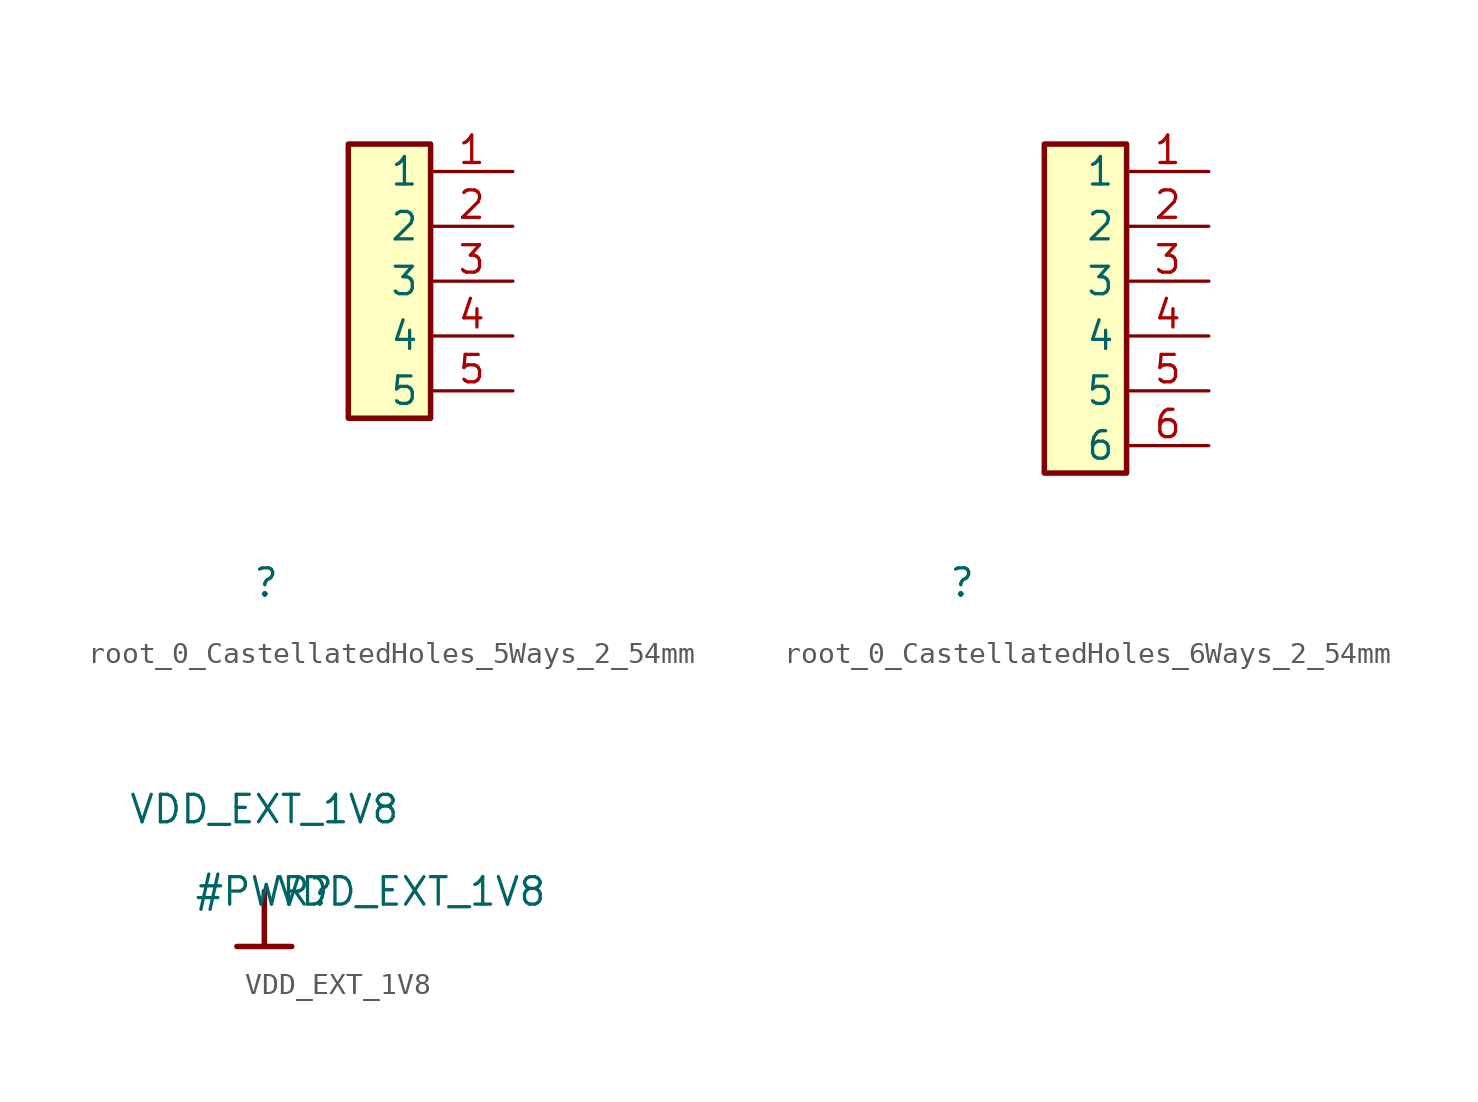
<source format=kicad_sym>
(kicad_symbol_lib
  (version 20230620)
  (generator kicad_symbol_editor)
  (symbol "root_0_CastellatedHoles_5Ways_2_54mm"
    (property "Reference" ""
      (at 0 0 0)
      (effects (font (size 1.27 1.27))))
    (property "Value" ""
      (at 0 0 0)
      (effects (font (size 1.27 1.27))))
    (symbol "root_0_CastellatedHoles_5Ways_2_54mm_1_0"
      (rectangle (start 7.62 20.32) (end 3.81 7.62) (stroke (width 0.254) (type solid) (color 128 0 0 1)) (fill (type background)))
      (pin passive line (at 11.43 19.05 180) (length 3.81) (name "1" (effects (font (size 1.27 1.27)))) (number "1" (effects (font (size 1.27 1.27)))))
      (pin passive line (at 11.43 16.51 180) (length 3.81) (name "2" (effects (font (size 1.27 1.27)))) (number "2" (effects (font (size 1.27 1.27)))))
      (pin passive line (at 11.43 13.97 180) (length 3.81) (name "3" (effects (font (size 1.27 1.27)))) (number "3" (effects (font (size 1.27 1.27)))))
      (pin passive line (at 11.43 11.43 180) (length 3.81) (name "4" (effects (font (size 1.27 1.27)))) (number "4" (effects (font (size 1.27 1.27)))))
      (pin passive line (at 11.43 8.89 180) (length 3.81) (name "5" (effects (font (size 1.27 1.27)))) (number "5" (effects (font (size 1.27 1.27)))))))
  (symbol "root_0_CastellatedHoles_6Ways_2_54mm"
    (property "Reference" ""
      (at 0 0 0)
      (effects (font (size 1.27 1.27))))
    (property "Value" ""
      (at 0 0 0)
      (effects (font (size 1.27 1.27))))
    (symbol "root_0_CastellatedHoles_6Ways_2_54mm_1_0"
      (rectangle (start 7.62 20.32) (end 3.81 5.08) (stroke (width 0.254) (type solid) (color 128 0 0 1)) (fill (type background)))
      (pin passive line (at 11.43 19.05 180) (length 3.81) (name "1" (effects (font (size 1.27 1.27)))) (number "1" (effects (font (size 1.27 1.27)))))
      (pin passive line (at 11.43 16.51 180) (length 3.81) (name "2" (effects (font (size 1.27 1.27)))) (number "2" (effects (font (size 1.27 1.27)))))
      (pin passive line (at 11.43 13.97 180) (length 3.81) (name "3" (effects (font (size 1.27 1.27)))) (number "3" (effects (font (size 1.27 1.27)))))
      (pin passive line (at 11.43 11.43 180) (length 3.81) (name "4" (effects (font (size 1.27 1.27)))) (number "4" (effects (font (size 1.27 1.27)))))
      (pin passive line (at 11.43 8.89 180) (length 3.81) (name "5" (effects (font (size 1.27 1.27)))) (number "5" (effects (font (size 1.27 1.27)))))
      (pin passive line (at 11.43 6.35 180) (length 3.81) (name "6" (effects (font (size 1.27 1.27)))) (number "6" (effects (font (size 1.27 1.27)))))))
  (symbol "VDD_EXT_1V8"
    (power)
    (property "Reference" "#PWR"
      (at 0 0 0)
      (effects (font (size 1.27 1.27))))
    (property "Value" "VDD_EXT_1V8"
      (at 0 3.81 0)
      (effects (font (size 1.27 1.27))))
    (symbol "VDD_EXT_1V8_0_0"
      (polyline (pts (xy -1.27 -2.54) (xy 1.27 -2.54)) (stroke (width 0.254) (type solid)) (fill (type none)))
      (polyline (pts (xy 0 0) (xy 0 -2.54)) (stroke (width 0.254) (type solid)) (fill (type none)))
      (pin power_in line (at 0 0 0) (length 0) (name "VDD_EXT_1V8" (effects (font (size 1.27 1.27)))) (number "" (effects (font (size 1.27 1.27))))))))
</source>
